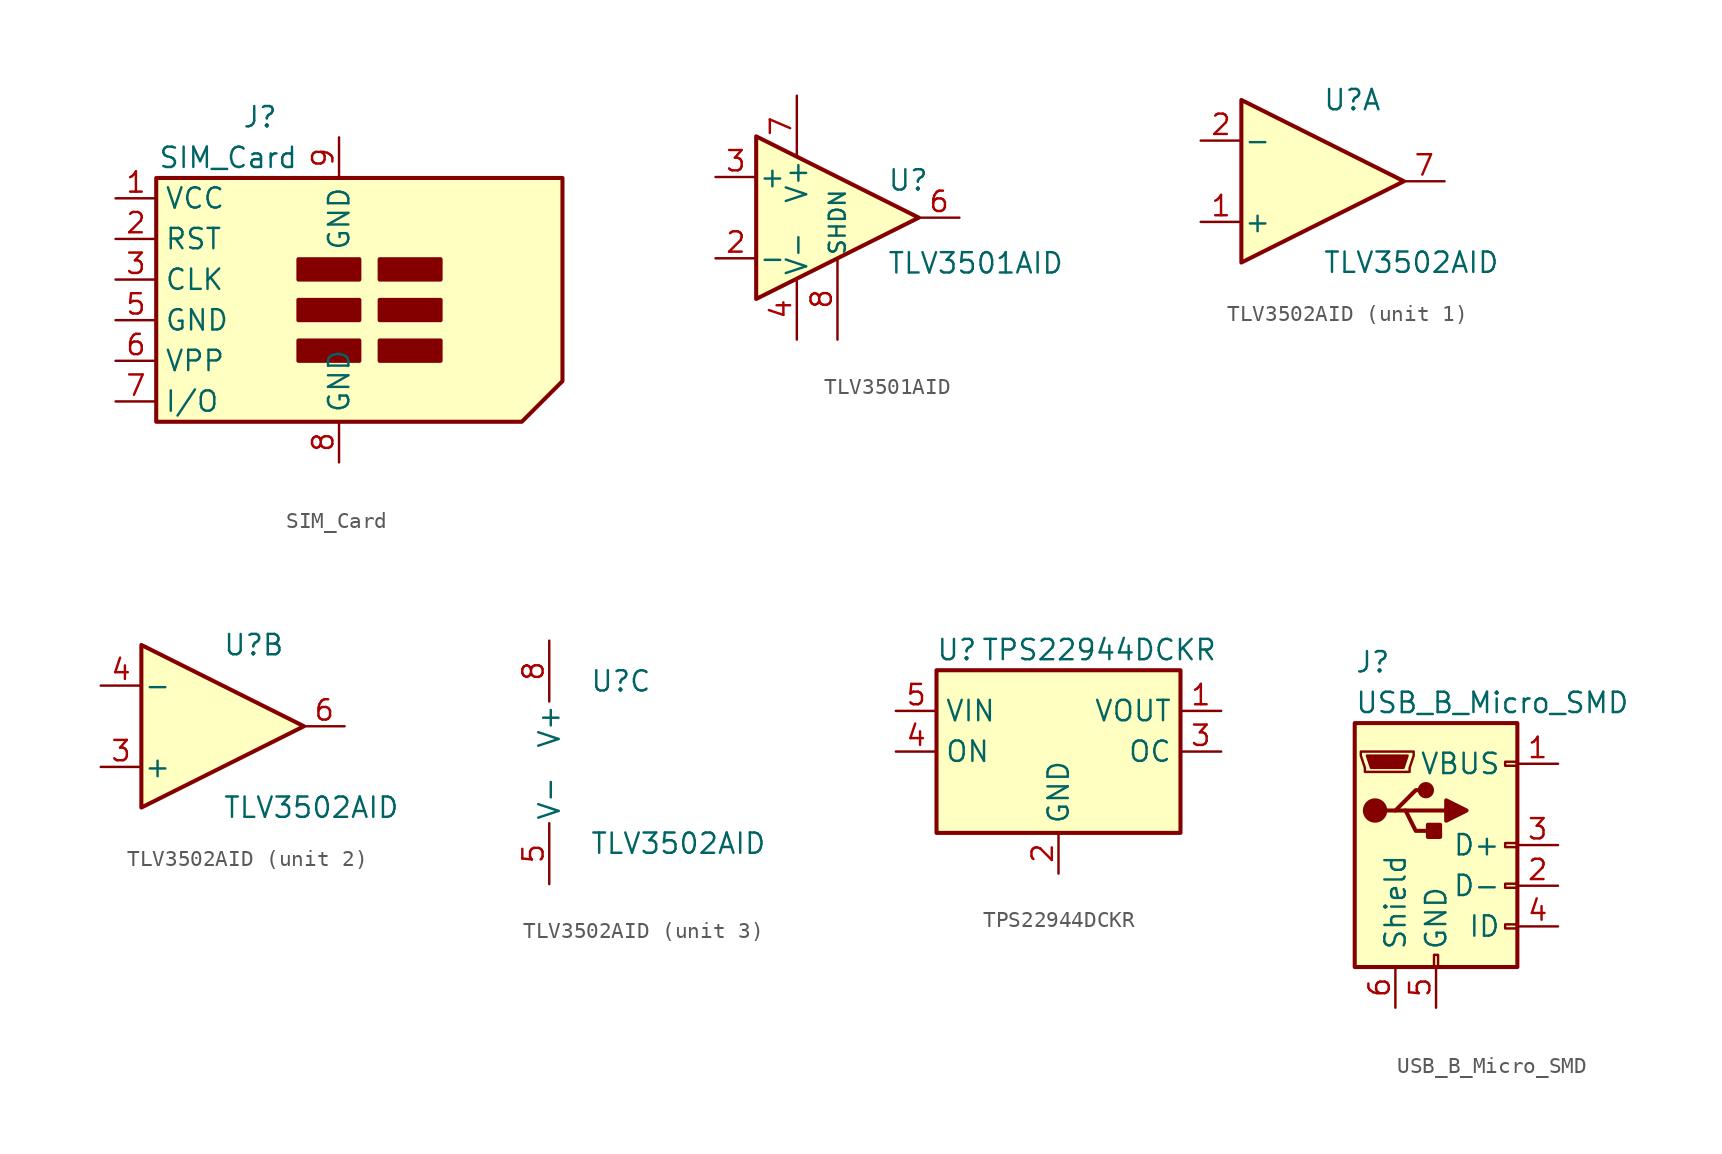
<source format=kicad_sym>
(kicad_symbol_lib
  (version 20211014)
  (generator kicad_symbol_editor)
  (symbol "muonpi-kicad-library:SIM_Card"
    (property "Reference" "J"
      (at -2.54 12.7 0)
      (effects (font (size 1.27 1.27)) (justify right)))
    (property "Value" "SIM_Card"
      (at -1.27 10.16 0)
      (effects (font (size 1.27 1.27)) (justify right)))
    (symbol "SIM_Card_0_0"
      (pin passive line (at 1.27 -8.89 90) (length 2.54) (name "GND" (effects (font (size 1.27 1.27)))) (number "8" (effects (font (size 1.27 1.27))))))
    (symbol "SIM_Card_0_1"
      (rectangle (start -1.27 -2.54) (end 2.54 -1.27) (stroke (width 0.254) (type default) (color 0 0 0 0)) (fill (type outline)))
      (rectangle (start -1.27 0) (end 2.54 1.27) (stroke (width 0.254) (type default) (color 0 0 0 0)) (fill (type outline)))
      (rectangle (start -1.27 2.54) (end 2.54 3.81) (stroke (width 0.254) (type default) (color 0 0 0 0)) (fill (type outline)))
      (polyline (pts (xy -10.16 8.89) (xy 15.24 8.89) (xy 15.24 -3.81) (xy 12.7 -6.35) (xy -10.16 -6.35) (xy -10.16 8.89)) (stroke (width 0.254) (type default) (color 0 0 0 0)) (fill (type background)))
      (rectangle (start 3.81 -1.27) (end 7.62 -2.54) (stroke (width 0.254) (type default) (color 0 0 0 0)) (fill (type outline)))
      (rectangle (start 3.81 0) (end 7.62 1.27) (stroke (width 0.254) (type default) (color 0 0 0 0)) (fill (type outline)))
      (rectangle (start 3.81 2.54) (end 7.62 3.81) (stroke (width 0.254) (type default) (color 0 0 0 0)) (fill (type outline))))
    (symbol "SIM_Card_1_1"
      (pin power_in line (at -12.7 7.62 0) (length 2.54) (name "VCC" (effects (font (size 1.27 1.27)))) (number "1" (effects (font (size 1.27 1.27)))))
      (pin input line (at -12.7 5.08 0) (length 2.54) (name "RST" (effects (font (size 1.27 1.27)))) (number "2" (effects (font (size 1.27 1.27)))))
      (pin input line (at -12.7 2.54 0) (length 2.54) (name "CLK" (effects (font (size 1.27 1.27)))) (number "3" (effects (font (size 1.27 1.27)))))
      (pin power_in line (at -12.7 0 0) (length 2.54) (name "GND" (effects (font (size 1.27 1.27)))) (number "5" (effects (font (size 1.27 1.27)))))
      (pin input line (at -12.7 -2.54 0) (length 2.54) (name "VPP" (effects (font (size 1.27 1.27)))) (number "6" (effects (font (size 1.27 1.27)))))
      (pin bidirectional line (at -12.7 -5.08 0) (length 2.54) (name "I/O" (effects (font (size 1.27 1.27)))) (number "7" (effects (font (size 1.27 1.27)))))
      (pin passive line (at 1.27 11.43 270) (length 2.54) (name "GND" (effects (font (size 1.27 1.27)))) (number "9" (effects (font (size 1.27 1.27)))))))
  (symbol "muonpi-kicad-library:TLV3501AID"
    (pin_names
      (offset 0.127))
    (property "Reference" "U"
      (at 4.42 2.337 0)
      (effects (font (size 1.27 1.27))))
    (property "Value" "TLV3501AID"
      (at 8.636 -2.845 0)
      (effects (font (size 1.27 1.27))))
    (symbol "TLV3501AID_0_0"
      (pin no_connect non_logic (at 2.184 -6.553 90) (length 5.08) hide (name "nc" (effects (font (size 1.27 1.27)))) (number "1" (effects (font (size 1.27 1.27)))))
      (pin no_connect non_logic (at 2.083 6.604 270) (length 5.08) hide (name "nc" (effects (font (size 1.27 1.27)))) (number "5" (effects (font (size 1.27 1.27)))))
      (pin input line (at 0 -7.62 90) (length 5.08) (name "SHDN" (effects (font (size 1 1)))) (number "8" (effects (font (size 1.27 1.27))))))
    (symbol "TLV3501AID_0_1"
      (polyline (pts (xy -5.08 5.08) (xy 5.08 0) (xy -5.08 -5.08) (xy -5.08 5.08)) (stroke (width 0.254) (type default) (color 0 0 0 0)) (fill (type background))))
    (symbol "TLV3501AID_1_1"
      (pin input line (at -7.62 -2.54 0) (length 2.54) (name "-" (effects (font (size 1.27 1.27)))) (number "2" (effects (font (size 1.27 1.27)))))
      (pin input line (at -7.62 2.54 0) (length 2.54) (name "+" (effects (font (size 1.27 1.27)))) (number "3" (effects (font (size 1.27 1.27)))))
      (pin power_in line (at -2.54 -7.62 90) (length 3.81) (name "V-" (effects (font (size 1.27 1.27)))) (number "4" (effects (font (size 1.27 1.27)))))
      (pin output line (at 7.62 0 180) (length 2.54) (name "~" (effects (font (size 1.27 1.27)))) (number "6" (effects (font (size 1.27 1.27)))))
      (pin power_in line (at -2.54 7.62 270) (length 3.81) (name "V+" (effects (font (size 1.27 1.27)))) (number "7" (effects (font (size 1.27 1.27)))))))
  (symbol "muonpi-kicad-library:TLV3502AID"
    (pin_names
      (offset 0.127))
    (property "Reference" "U"
      (at 0 5.08 0)
      (effects (font (size 1.27 1.27)) (justify left)))
    (property "Value" "TLV3502AID"
      (at 0 -5.08 0)
      (effects (font (size 1.27 1.27)) (justify left)))
    (property "ki_locked" ""
      (at 0 0 0)
      (effects (font (size 1.27 1.27))))
    (symbol "TLV3502AID_1_1"
      (polyline (pts (xy -5.08 5.08) (xy 5.08 0) (xy -5.08 -5.08) (xy -5.08 5.08)) (stroke (width 0.254) (type default) (color 0 0 0 0)) (fill (type background)))
      (pin input line (at -7.62 -2.54 0) (length 2.54) (name "+" (effects (font (size 1.27 1.27)))) (number "1" (effects (font (size 1.27 1.27)))))
      (pin input line (at -7.62 2.54 0) (length 2.54) (name "-" (effects (font (size 1.27 1.27)))) (number "2" (effects (font (size 1.27 1.27)))))
      (pin output line (at 7.62 0 180) (length 2.54) (name "~" (effects (font (size 1.27 1.27)))) (number "7" (effects (font (size 1.27 1.27))))))
    (symbol "TLV3502AID_2_1"
      (polyline (pts (xy -5.08 5.08) (xy 5.08 0) (xy -5.08 -5.08) (xy -5.08 5.08)) (stroke (width 0.254) (type default) (color 0 0 0 0)) (fill (type background)))
      (pin input line (at -7.62 -2.54 0) (length 2.54) (name "+" (effects (font (size 1.27 1.27)))) (number "3" (effects (font (size 1.27 1.27)))))
      (pin input line (at -7.62 2.54 0) (length 2.54) (name "-" (effects (font (size 1.27 1.27)))) (number "4" (effects (font (size 1.27 1.27)))))
      (pin output line (at 7.62 0 180) (length 2.54) (name "~" (effects (font (size 1.27 1.27)))) (number "6" (effects (font (size 1.27 1.27))))))
    (symbol "TLV3502AID_3_1"
      (pin power_in line (at -2.54 -7.62 90) (length 3.81) (name "V-" (effects (font (size 1.27 1.27)))) (number "5" (effects (font (size 1.27 1.27)))))
      (pin power_in line (at -2.54 7.62 270) (length 3.81) (name "V+" (effects (font (size 1.27 1.27)))) (number "8" (effects (font (size 1.27 1.27)))))))
  (symbol "muonpi-kicad-library:TPS22944DCKR"
    (property "Reference" "U"
      (at -6.35 6.35 0)
      (effects (font (size 1.27 1.27))))
    (property "Value" "TPS22944DCKR"
      (at 2.54 6.35 0)
      (effects (font (size 1.27 1.27))))
    (symbol "TPS22944DCKR_0_1"
      (rectangle (start -7.62 5.08) (end 7.62 -5.08) (stroke (width 0.254) (type default) (color 0 0 0 0)) (fill (type background))))
    (symbol "TPS22944DCKR_1_1"
      (pin power_out line (at 10.16 2.54 180) (length 2.54) (name "VOUT" (effects (font (size 1.27 1.27)))) (number "1" (effects (font (size 1.27 1.27)))))
      (pin power_in line (at 0 -7.62 90) (length 2.54) (name "GND" (effects (font (size 1.27 1.27)))) (number "2" (effects (font (size 1.27 1.27)))))
      (pin open_collector line (at 10.16 0 180) (length 2.54) (name "OC" (effects (font (size 1.27 1.27)))) (number "3" (effects (font (size 1.27 1.27)))))
      (pin input line (at -10.16 0 0) (length 2.54) (name "ON" (effects (font (size 1.27 1.27)))) (number "4" (effects (font (size 1.27 1.27)))))
      (pin power_in line (at -10.16 2.54 0) (length 2.54) (name "VIN" (effects (font (size 1.27 1.27)))) (number "5" (effects (font (size 1.27 1.27)))))))
  (symbol "muonpi-kicad-library:USB_B_Micro_SMD"
    (pin_names
      (offset 1.016))
    (property "Reference" "J"
      (at -5.08 11.43 0)
      (effects (font (size 1.27 1.27)) (justify left)))
    (property "Value" "USB_B_Micro_SMD"
      (at -5.08 8.89 0)
      (effects (font (size 1.27 1.27)) (justify left)))
    (symbol "USB_B_Micro_SMD_0_1"
      (rectangle (start -5.08 -7.62) (end 5.08 7.62) (stroke (width 0.254) (type default) (color 0 0 0 0)) (fill (type background)))
      (circle (center -3.81 2.159) (radius 0.635) (stroke (width 0.254)) (stroke (width 0.254) (type default) (color 0 0 0 0)) (fill (type outline)))
      (circle (center -0.635 3.429) (radius 0.381) (stroke (width 0.254)) (stroke (width 0.254) (type default) (color 0 0 0 0)) (fill (type outline)))
      (rectangle (start -0.127 -7.62) (end 0.127 -6.858) (stroke (width 0) (type default) (color 0 0 0 0)) (fill (type none)))
      (polyline (pts (xy -1.905 2.159) (xy 0.635 2.159)) (stroke (width 0.254) (type default) (color 0 0 0 0)) (fill (type none)))
      (polyline (pts (xy -3.175 2.159) (xy -2.54 2.159) (xy -1.27 3.429) (xy -0.635 3.429)) (stroke (width 0.254) (type default) (color 0 0 0 0)) (fill (type none)))
      (polyline (pts (xy -2.54 2.159) (xy -1.905 2.159) (xy -1.27 0.889) (xy 0 0.889)) (stroke (width 0.254) (type default) (color 0 0 0 0)) (fill (type none)))
      (polyline (pts (xy 0.635 2.794) (xy 0.635 1.524) (xy 1.905 2.159) (xy 0.635 2.794)) (stroke (width 0.254) (type default) (color 0 0 0 0)) (fill (type outline)))
      (polyline (pts (xy -4.318 5.588) (xy -1.778 5.588) (xy -2.032 4.826) (xy -4.064 4.826) (xy -4.318 5.588)) (stroke (width 0) (type default) (color 0 0 0 0)) (fill (type outline)))
      (polyline (pts (xy -4.699 5.842) (xy -4.699 5.588) (xy -4.445 4.826) (xy -4.445 4.572) (xy -1.651 4.572) (xy -1.651 4.826) (xy -1.397 5.588) (xy -1.397 5.842) (xy -4.699 5.842)) (stroke (width 0) (type default) (color 0 0 0 0)) (fill (type none)))
      (rectangle (start 0.254 1.27) (end -0.508 0.508) (stroke (width 0.254) (type default) (color 0 0 0 0)) (fill (type outline)))
      (rectangle (start 5.08 -5.207) (end 4.318 -4.953) (stroke (width 0) (type default) (color 0 0 0 0)) (fill (type none)))
      (rectangle (start 5.08 -2.667) (end 4.318 -2.413) (stroke (width 0) (type default) (color 0 0 0 0)) (fill (type none)))
      (rectangle (start 5.08 -0.127) (end 4.318 0.127) (stroke (width 0) (type default) (color 0 0 0 0)) (fill (type none)))
      (rectangle (start 5.08 4.953) (end 4.318 5.207) (stroke (width 0) (type default) (color 0 0 0 0)) (fill (type none))))
    (symbol "USB_B_Micro_SMD_1_1"
      (pin power_out line (at 7.62 5.08 180) (length 2.54) (name "VBUS" (effects (font (size 1.27 1.27)))) (number "1" (effects (font (size 1.27 1.27)))))
      (pin bidirectional line (at 7.62 -2.54 180) (length 2.54) (name "D-" (effects (font (size 1.27 1.27)))) (number "2" (effects (font (size 1.27 1.27)))))
      (pin bidirectional line (at 7.62 0 180) (length 2.54) (name "D+" (effects (font (size 1.27 1.27)))) (number "3" (effects (font (size 1.27 1.27)))))
      (pin passive line (at 7.62 -5.08 180) (length 2.54) (name "ID" (effects (font (size 1.27 1.27)))) (number "4" (effects (font (size 1.27 1.27)))))
      (pin power_out line (at 0 -10.16 90) (length 2.54) (name "GND" (effects (font (size 1.27 1.27)))) (number "5" (effects (font (size 1.27 1.27)))))
      (pin passive line (at -2.54 -10.16 90) (length 2.54) (name "Shield" (effects (font (size 1.27 1.27)))) (number "6" (effects (font (size 1.27 1.27))))))))
</source>
